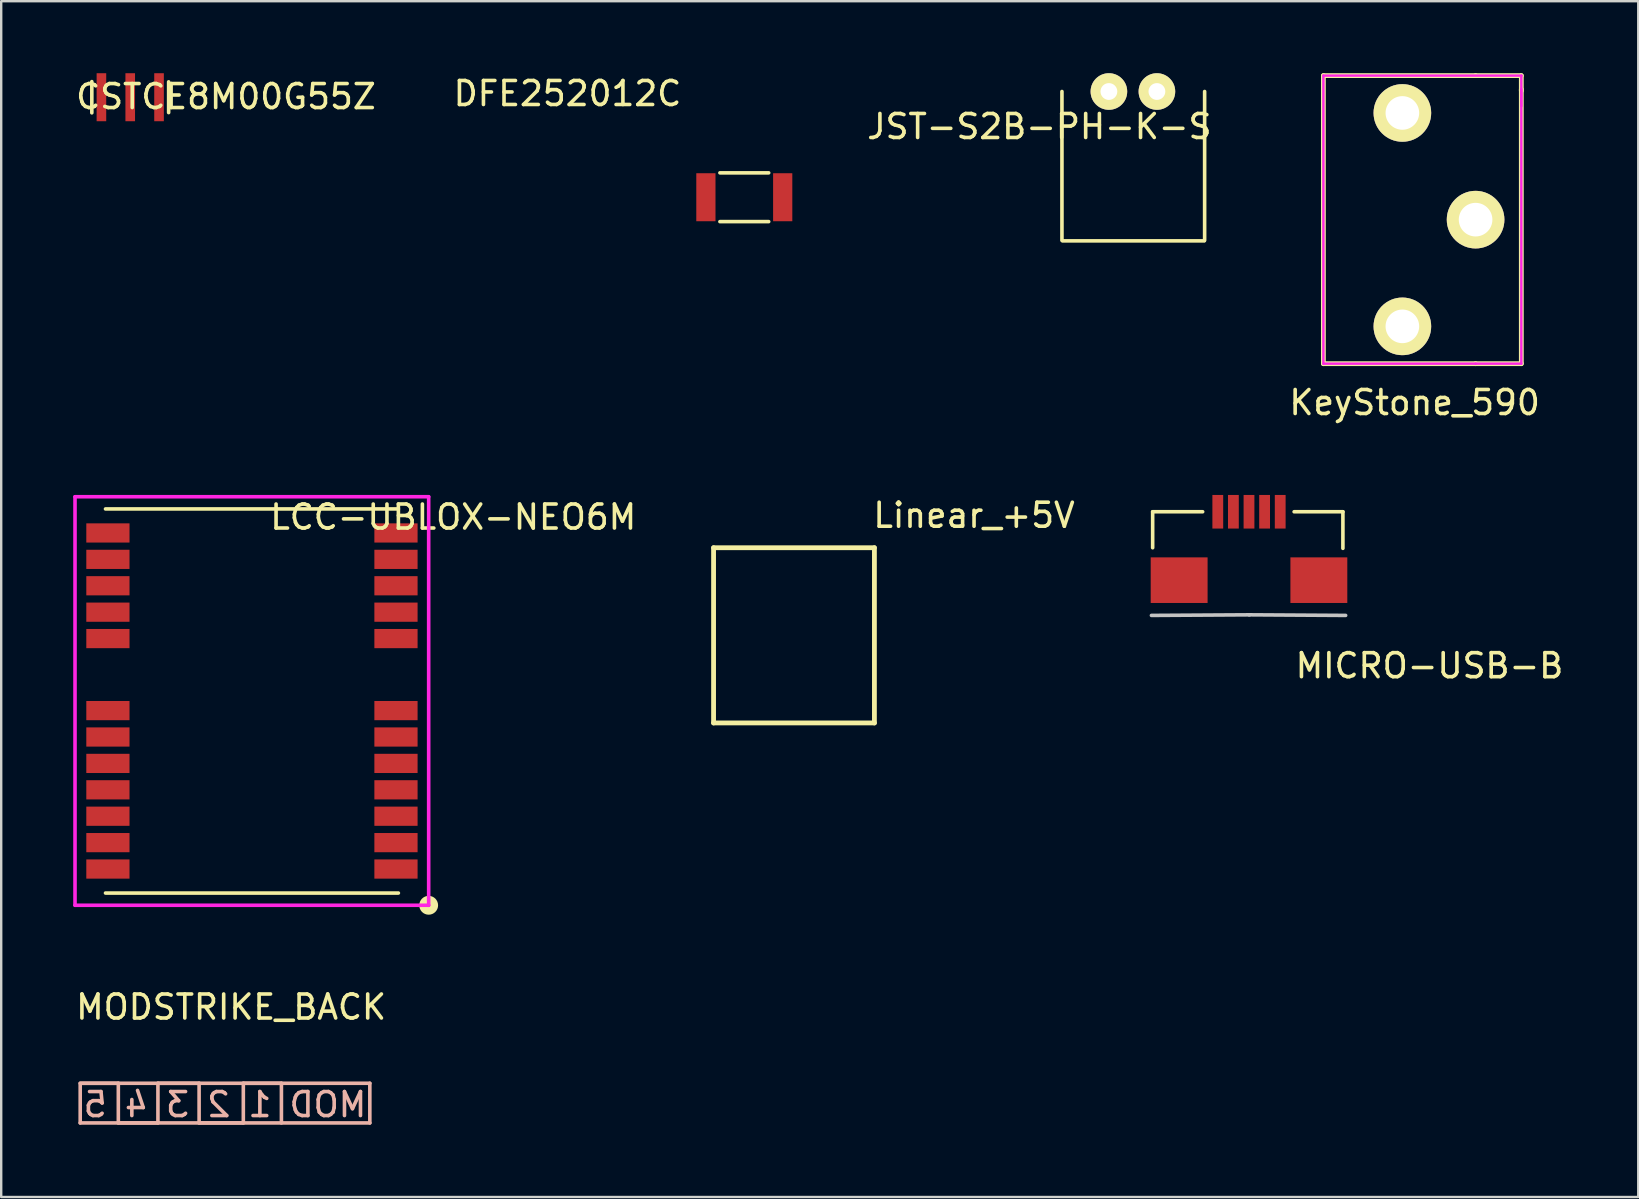
<source format=kicad_pcb>
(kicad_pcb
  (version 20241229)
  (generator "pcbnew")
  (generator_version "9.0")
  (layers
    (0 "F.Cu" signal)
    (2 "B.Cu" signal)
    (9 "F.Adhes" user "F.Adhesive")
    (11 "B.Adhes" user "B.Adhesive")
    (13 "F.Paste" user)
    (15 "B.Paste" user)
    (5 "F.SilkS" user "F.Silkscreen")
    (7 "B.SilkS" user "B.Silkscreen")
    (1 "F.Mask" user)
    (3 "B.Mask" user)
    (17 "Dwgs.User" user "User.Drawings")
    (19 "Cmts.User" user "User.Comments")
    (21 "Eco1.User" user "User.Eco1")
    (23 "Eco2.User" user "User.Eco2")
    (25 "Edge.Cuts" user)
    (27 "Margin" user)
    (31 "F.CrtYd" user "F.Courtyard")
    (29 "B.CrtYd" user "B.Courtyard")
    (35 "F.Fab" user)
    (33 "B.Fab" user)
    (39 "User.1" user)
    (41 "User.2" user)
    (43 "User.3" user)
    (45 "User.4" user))
  (footprint "JST-S2B-PH-K-S"
    (layer "F.Cu")
    (at 43.143 0.762)
    (property "Reference" "JST-S2B-PH-K-S" (at -2.896 1.46 0) (layer "F.SilkS") (effects (font (size 1 1) (thickness 0.15))))
    (attr through_hole)
    (fp_line (start -1.956 0) (end -1.956 6.2) (stroke (width 0.15) (type solid)) (layer "F.SilkS"))
    (fp_line (start -1.93 6.223) (end 3.97 6.223) (stroke (width 0.15) (type solid)) (layer "F.SilkS"))
    (fp_line (start 3.988 0) (end 3.988 6.2) (stroke (width 0.15) (type solid)) (layer "F.SilkS"))
    (pad "1" thru_hole circle (at 0 0) (size 1.524 1.524) (drill 0.7) (layers "*.Cu" "*.Mask" "F.SilkS"))
    (pad "2" thru_hole circle (at 2 0) (size 1.524 1.524) (drill 0.7) (layers "*.Cu" "*.Mask" "F.SilkS")))
  (footprint "Linear_+5V"
    (layer "F.Cu")
    (at 30.025 23.416)
    (property "Reference" "Linear_+5V" (at 7.5 -5 0) (layer "F.SilkS") (effects (font (size 1 1) (thickness 0.15))))
    (attr through_hole)
    (fp_line (start -3.35 -3.65) (end 3.35 -3.65) (stroke (width 0.2) (type solid)) (layer "F.SilkS"))
    (fp_line (start -3.35 3.65) (end -3.35 -3.65) (stroke (width 0.2) (type solid)) (layer "F.SilkS"))
    (fp_line (start 3.35 -3.65) (end 3.35 3.65) (stroke (width 0.2) (type solid)) (layer "F.SilkS"))
    (fp_line (start 3.35 3.65) (end -3.35 3.65) (stroke (width 0.2) (type solid)) (layer "F.SilkS")))
  (footprint "MICRO-USB-B"
    (placed yes)
    (layer "F.Cu")
    (at 48.979 21.113)
    (property "Reference" "MICRO-USB-B" (at 7.518 3.569 0) (layer "F.SilkS") (effects (font (size 1 1) (thickness 0.15))))
    (attr through_hole)
    (fp_line (start -4.013 -2.845) (end -4.013 -1.346) (stroke (width 0.15) (type solid)) (layer "F.SilkS"))
    (fp_line (start -1.93 -2.845) (end -4.013 -2.845) (stroke (width 0.15) (type solid)) (layer "F.SilkS"))
    (fp_line (start 1.88 -2.845) (end 3.912 -2.845) (stroke (width 0.15) (type solid)) (layer "F.SilkS"))
    (fp_line (start 3.912 -2.845) (end 3.912 -1.321) (stroke (width 0.15) (type solid)) (layer "F.SilkS"))
    (fp_line (start 0 1.448) (end 4.026 1.473) (stroke (width 0.15) (type solid)) (layer "Dwgs.User"))
    (fp_line (start 0.025 1.448) (end -4.064 1.473) (stroke (width 0.15) (type solid)) (layer "Dwgs.User"))
    (pad "1" smd rect (at -1.3 -2.845) (size 0.45 1.4) (layers "F.Cu" "F.Mask" "F.Paste"))
    (pad "2" smd rect (at -0.65 -2.845) (size 0.45 1.4) (layers "F.Cu" "F.Mask" "F.Paste"))
    (pad "3" smd rect (at 0 -2.845) (size 0.45 1.4) (layers "F.Cu" "F.Mask" "F.Paste"))
    (pad "4" smd rect (at 0.65 -2.845) (size 0.45 1.4) (layers "F.Cu" "F.Mask" "F.Paste"))
    (pad "5" smd rect (at 1.3 -2.845) (size 0.45 1.4) (layers "F.Cu" "F.Mask" "F.Paste"))
    (pad "7" smd rect (at -2.91 0.005) (size 2.37 1.9) (layers "F.Cu" "F.Mask" "F.Paste"))
    (pad "8" smd rect (at 2.91 0.005) (size 2.37 1.9) (layers "F.Cu" "F.Mask" "F.Paste")))
  (footprint "DFE252012C"
    (layer "F.Cu")
    (at 27.955 5.166)
    (property "Reference" "DFE252012C" (at -7.366 -4.318 0) (layer "F.SilkS") (effects (font (size 1 1) (thickness 0.15))))
    (attr through_hole)
    (fp_line (start -1.016 -1.016) (end 1.016 -1.016) (stroke (width 0.15) (type solid)) (layer "F.SilkS"))
    (fp_line (start 1.016 1.016) (end -1.016 1.016) (stroke (width 0.15) (type solid)) (layer "F.SilkS"))
    (pad "1" smd rect (at -1.6 0) (size 0.8 2) (layers "F.Cu" "F.Mask" "F.Paste"))
    (pad "2" smd rect (at 1.6 0) (size 0.8 2) (layers "F.Cu" "F.Mask" "F.Paste")))
  (footprint "CSTCE8M00G55Z"
    (layer "F.Cu")
    (at 2.375 1)
    (property "Reference" "CSTCE8M00G55Z" (at 3.988 -0.025 0) (layer "F.SilkS") (effects (font (size 1 1) (thickness 0.15))))
    (attr through_hole)
    (fp_line (start -1.6 -0.65) (end -1.6 0.65) (stroke (width 0.15) (type solid)) (layer "F.SilkS"))
    (fp_line (start 1.6 -0.64) (end 1.6 0.64) (stroke (width 0.15) (type solid)) (layer "F.SilkS"))
    (pad "1" smd rect (at 1.2 0) (size 0.4 2) (layers "F.Cu" "F.Mask" "F.Paste"))
    (pad "2" smd rect (at 0 0) (size 0.4 2) (layers "F.Cu" "F.Mask" "F.Paste"))
    (pad "3" smd rect (at -1.2 0) (size 0.4 2) (layers "F.Cu" "F.Mask" "F.Paste")))
  (footprint "MODSTRIKE_BACK"
    (layer "F.Cu")
    (at 6.768 43.029)
    (property "Reference" "MODSTRIKE_BACK" (at -0.191 -4.128 0) (layer "F.SilkS") (effects (font (size 1 1) (thickness 0.15))))
    (attr through_hole)
    (fp_line (start -6.477 -0.953) (end -4.889 -0.953) (stroke (width 0.15) (type solid)) (layer "B.SilkS"))
    (fp_line (start -6.477 0.699) (end -6.477 -0.953) (stroke (width 0.15) (type solid)) (layer "B.SilkS"))
    (fp_line (start -6.413 -0.953) (end 5.588 -0.953) (stroke (width 0.15) (type solid)) (layer "B.SilkS"))
    (fp_line (start -4.889 -0.953) (end -4.889 0.699) (stroke (width 0.15) (type solid)) (layer "B.SilkS"))
    (fp_line (start -4.889 0.699) (end -3.239 0.699) (stroke (width 0.15) (type solid)) (layer "B.SilkS"))
    (fp_line (start -3.239 -0.953) (end -1.524 -0.953) (stroke (width 0.15) (type solid)) (layer "B.SilkS"))
    (fp_line (start -3.239 0.699) (end -3.239 -0.953) (stroke (width 0.15) (type solid)) (layer "B.SilkS"))
    (fp_line (start -1.524 -0.953) (end -1.524 0.699) (stroke (width 0.15) (type solid)) (layer "B.SilkS"))
    (fp_line (start -1.524 0.699) (end 0.318 0.699) (stroke (width 0.15) (type solid)) (layer "B.SilkS"))
    (fp_line (start 0.318 -0.953) (end 1.905 -0.953) (stroke (width 0.15) (type solid)) (layer "B.SilkS"))
    (fp_line (start 0.318 0.699) (end 0.318 -0.953) (stroke (width 0.15) (type solid)) (layer "B.SilkS"))
    (fp_line (start 1.905 -0.953) (end 1.905 0.699) (stroke (width 0.15) (type solid)) (layer "B.SilkS"))
    (fp_line (start 5.588 -0.953) (end 5.588 0.699) (stroke (width 0.15) (type solid)) (layer "B.SilkS"))
    (fp_line (start 5.588 0.699) (end -6.477 0.699) (stroke (width 0.15) (type solid)) (layer "B.SilkS"))
    (fp_text user "MOD 1 2 3 4 5" (at -0.445 -0.064 0) (layer "B.SilkS") (effects (font (size 1 1) (thickness 0.15)) (justify mirror))))
  (footprint "LCC-UBLOX-NEO6M"
    (placed yes)
    (layer "F.Cu")
    (at 1.345 18.151)
    (property "Reference" "LCC-UBLOX-NEO6M" (at 14.486 0.34 0) (layer "F.SilkS") (effects (font (size 1 1) (thickness 0.15))))
    (attr through_hole)
    (fp_line (start 0 0) (end 12.2 0) (stroke (width 0.15) (type solid)) (layer "F.SilkS"))
    (fp_line (start 0 16) (end 12.2 16) (stroke (width 0.15) (type solid)) (layer "F.SilkS"))
    (fp_circle (center 13.462 16.51) (end 13.525 16.51) (stroke (width 0.15) (type solid)) (fill no) (layer "F.SilkS"))
    (fp_circle (center 13.462 16.51) (end 13.589 16.573) (stroke (width 0.15) (type solid)) (fill no) (layer "F.SilkS"))
    (fp_circle (center 13.462 16.51) (end 13.589 16.701) (stroke (width 0.15) (type solid)) (fill no) (layer "F.SilkS"))
    (fp_circle (center 13.462 16.51) (end 13.652 16.764) (stroke (width 0.15) (type solid)) (fill no) (layer "F.SilkS"))
    (fp_line (start -1.27 -0.508) (end -1.27 16.51) (stroke (width 0.15) (type solid)) (layer "F.CrtYd"))
    (fp_line (start -1.27 16.51) (end 13.462 16.51) (stroke (width 0.15) (type solid)) (layer "F.CrtYd"))
    (fp_line (start 13.462 -0.508) (end -1.27 -0.508) (stroke (width 0.15) (type solid)) (layer "F.CrtYd"))
    (fp_line (start 13.462 16.51) (end 13.462 -0.508) (stroke (width 0.15) (type solid)) (layer "F.CrtYd"))
    (pad "1" smd rect (at 12.1 15) (size 1.8 0.8) (layers "F.Cu" "F.Mask" "F.Paste"))
    (pad "2" smd rect (at 12.1 13.9) (size 1.8 0.8) (layers "F.Cu" "F.Mask" "F.Paste"))
    (pad "3" smd rect (at 12.1 12.8) (size 1.8 0.8) (layers "F.Cu" "F.Mask" "F.Paste"))
    (pad "4" smd rect (at 12.1 11.7) (size 1.8 0.8) (layers "F.Cu" "F.Mask" "F.Paste"))
    (pad "5" smd rect (at 12.1 10.6) (size 1.8 0.8) (layers "F.Cu" "F.Mask" "F.Paste"))
    (pad "6" smd rect (at 12.1 9.5) (size 1.8 0.8) (layers "F.Cu" "F.Mask" "F.Paste"))
    (pad "7" smd rect (at 12.1 8.4) (size 1.8 0.8) (layers "F.Cu" "F.Mask" "F.Paste"))
    (pad "8" smd rect (at 12.1 5.4) (size 1.8 0.8) (layers "F.Cu" "F.Mask" "F.Paste"))
    (pad "9" smd rect (at 12.1 4.3) (size 1.8 0.8) (layers "F.Cu" "F.Mask" "F.Paste"))
    (pad "10" smd rect (at 12.1 3.2) (size 1.8 0.8) (layers "F.Cu" "F.Mask" "F.Paste"))
    (pad "11" smd rect (at 12.1 2.1) (size 1.8 0.8) (layers "F.Cu" "F.Mask" "F.Paste"))
    (pad "12" smd rect (at 12.1 1) (size 1.8 0.8) (layers "F.Cu" "F.Mask" "F.Paste"))
    (pad "13" smd rect (at 0.1 1) (size 1.8 0.8) (layers "F.Cu" "F.Mask" "F.Paste"))
    (pad "14" smd rect (at 0.1 2.1) (size 1.8 0.8) (layers "F.Cu" "F.Mask" "F.Paste"))
    (pad "15" smd rect (at 0.1 3.2) (size 1.8 0.8) (layers "F.Cu" "F.Mask" "F.Paste"))
    (pad "16" smd rect (at 0.1 4.3) (size 1.8 0.8) (layers "F.Cu" "F.Mask" "F.Paste"))
    (pad "17" smd rect (at 0.1 5.4) (size 1.8 0.8) (layers "F.Cu" "F.Mask" "F.Paste"))
    (pad "18" smd rect (at 0.1 8.4) (size 1.8 0.8) (layers "F.Cu" "F.Mask" "F.Paste"))
    (pad "19" smd rect (at 0.1 9.5) (size 1.8 0.8) (layers "F.Cu" "F.Mask" "F.Paste"))
    (pad "20" smd rect (at 0.1 10.6) (size 1.8 0.8) (layers "F.Cu" "F.Mask" "F.Paste"))
    (pad "21" smd rect (at 0.1 11.7) (size 1.8 0.8) (layers "F.Cu" "F.Mask" "F.Paste"))
    (pad "22" smd rect (at 0.1 12.8) (size 1.8 0.8) (layers "F.Cu" "F.Mask" "F.Paste"))
    (pad "23" smd rect (at 0.1 13.9) (size 1.8 0.8) (layers "F.Cu" "F.Mask" "F.Paste"))
    (pad "24" smd rect (at 0.1 15) (size 1.8 0.8) (layers "F.Cu" "F.Mask" "F.Paste")))
  (footprint "KeyStone_590"
    (layer "F.Cu")
    (at 58.418 6.1)
    (property "Reference" "KeyStone_590" (at -2.54 7.62 0) (layer "F.SilkS") (effects (font (size 1 1) (thickness 0.15))))
    (attr through_hole)
    (fp_line (start -6.34 -6) (end -6.34 6) (stroke (width 0.2) (type solid)) (layer "F.SilkS"))
    (fp_line (start -6.34 -6) (end 0 -6) (stroke (width 0.2) (type solid)) (layer "F.SilkS"))
    (fp_line (start -6.34 6) (end 0 6) (stroke (width 0.2) (type solid)) (layer "F.SilkS"))
    (fp_line (start 0 -6) (end 1.905 -6) (stroke (width 0.2) (type solid)) (layer "F.SilkS"))
    (fp_line (start 0 6) (end 1.905 6) (stroke (width 0.2) (type solid)) (layer "F.SilkS"))
    (fp_line (start 1.905 -6) (end 1.905 -5.365) (stroke (width 0.2) (type solid)) (layer "F.SilkS"))
    (fp_line (start 1.905 6) (end 1.905 -5.43) (stroke (width 0.2) (type solid)) (layer "F.SilkS"))
    (fp_line (start -6.34 -6) (end -6.34 6) (stroke (width 0.1) (type solid)) (layer "F.CrtYd"))
    (fp_line (start -6.34 -6) (end 1.915 -6) (stroke (width 0.1) (type solid)) (layer "F.CrtYd"))
    (fp_line (start -6.34 6) (end 0 6) (stroke (width 0.1) (type solid)) (layer "F.CrtYd"))
    (fp_line (start 0 6) (end 1.905 6) (stroke (width 0.1) (type solid)) (layer "F.CrtYd"))
    (fp_line (start 1.905 -6) (end 1.905 -4.73) (stroke (width 0.1) (type solid)) (layer "F.CrtYd"))
    (fp_line (start 1.905 6) (end 1.905 -5.43) (stroke (width 0.1) (type solid)) (layer "F.CrtYd"))
    (pad "1" thru_hole circle (at 0 0) (size 2.4 2.4) (drill 1.4) (layers "*.Cu" "*.Mask" "F.SilkS"))
    (pad "2" thru_hole circle (at -3.05 -4.445) (size 2.4 2.4) (drill 1.4) (layers "*.Cu" "*.Mask" "F.SilkS"))
    (pad "3" thru_hole circle (at -3.05 4.445) (size 2.4 2.4) (drill 1.4) (layers "*.Cu" "*.Mask" "F.SilkS")))
  (gr_rect
    (start -3 -3)
    (end 65.194 46.814)
    (stroke (width 0.1) (type default))
    (fill no)
    (layer "Edge.Cuts")))
</source>
